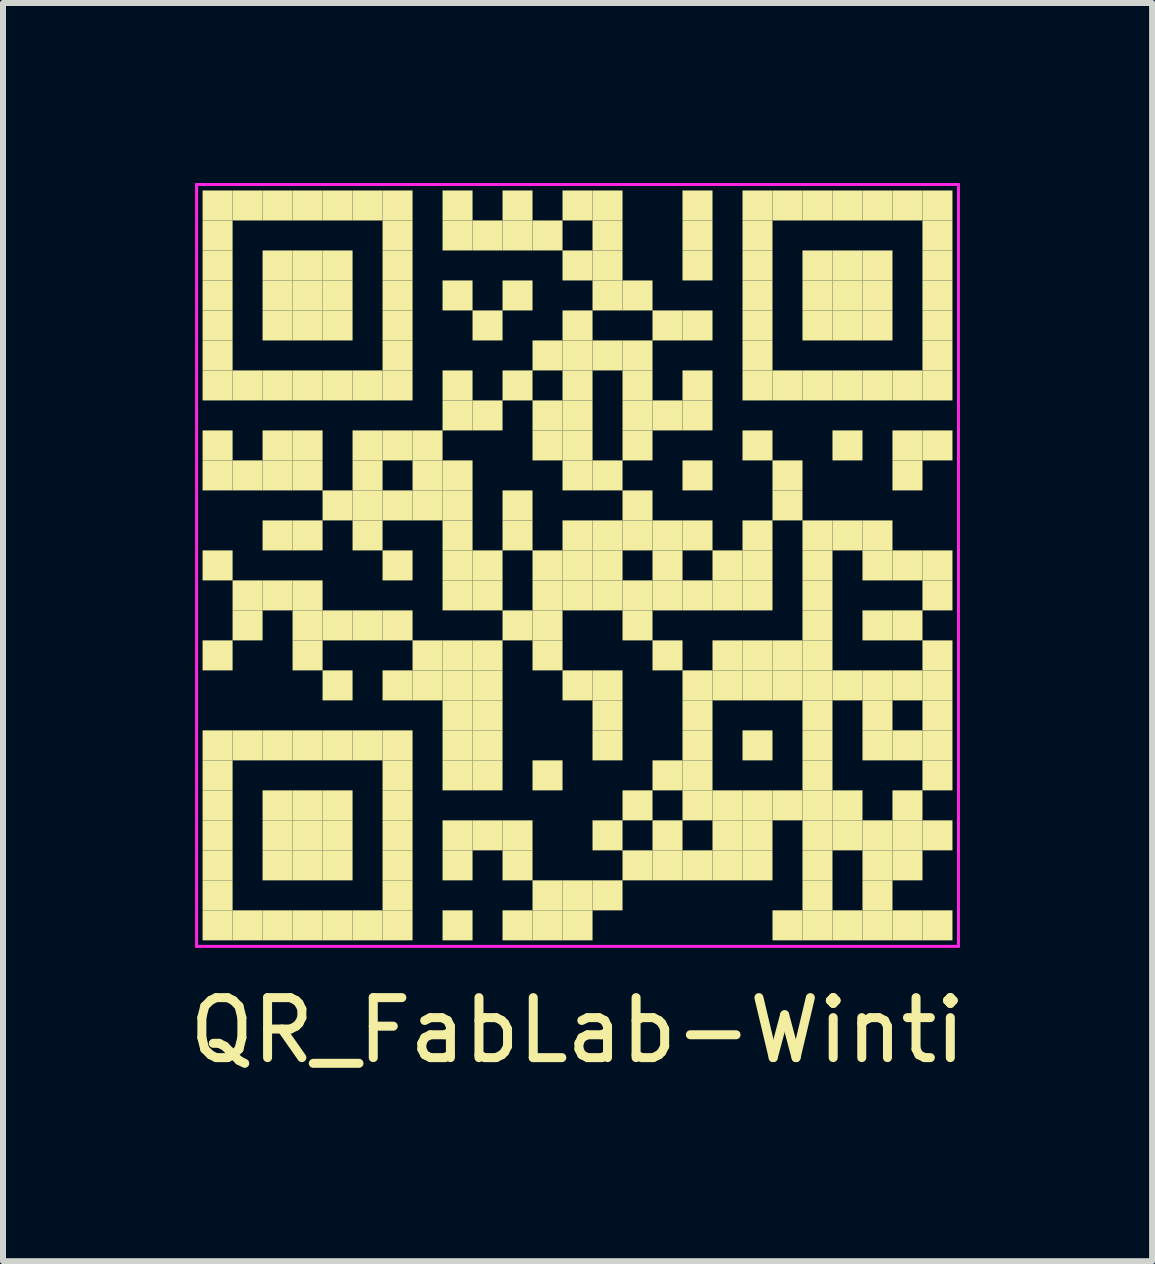
<source format=kicad_pcb>
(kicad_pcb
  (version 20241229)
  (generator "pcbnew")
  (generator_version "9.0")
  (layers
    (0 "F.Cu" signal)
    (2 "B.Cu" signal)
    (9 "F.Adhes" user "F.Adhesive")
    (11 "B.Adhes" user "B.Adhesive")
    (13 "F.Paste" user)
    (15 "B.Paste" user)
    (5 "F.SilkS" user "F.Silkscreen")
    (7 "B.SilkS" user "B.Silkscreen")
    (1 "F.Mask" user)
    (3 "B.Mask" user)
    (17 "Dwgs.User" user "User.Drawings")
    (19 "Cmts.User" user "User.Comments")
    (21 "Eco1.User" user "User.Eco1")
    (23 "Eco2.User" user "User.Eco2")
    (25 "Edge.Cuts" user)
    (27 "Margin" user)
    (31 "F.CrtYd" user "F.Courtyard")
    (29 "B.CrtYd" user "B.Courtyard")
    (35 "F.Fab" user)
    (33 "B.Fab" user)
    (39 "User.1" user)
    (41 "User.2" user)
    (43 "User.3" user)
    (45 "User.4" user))
  (footprint "QR_FabLab-Winti"
    (layer "F.Cu")
    (at 6.577 6.375)
    (property "Reference" "QR_FabLab-Winti" (at 0 7.75 0) (layer "F.SilkS") (effects (font (size 1 1) (thickness 0.15))))
    (attr exclude_from_bom)
    (fp_rect (start -6.25 -6.25) (end -5.75 -5.75) (stroke (width 0) (type default)) (fill yes) (layer "F.SilkS"))
    (fp_rect (start -6.25 -5.75) (end -5.75 -5.25) (stroke (width 0) (type default)) (fill yes) (layer "F.SilkS"))
    (fp_rect (start -6.25 -5.25) (end -5.75 -4.75) (stroke (width 0) (type default)) (fill yes) (layer "F.SilkS"))
    (fp_rect (start -6.25 -4.75) (end -5.75 -4.25) (stroke (width 0) (type default)) (fill yes) (layer "F.SilkS"))
    (fp_rect (start -6.25 -4.25) (end -5.75 -3.75) (stroke (width 0) (type default)) (fill yes) (layer "F.SilkS"))
    (fp_rect (start -6.25 -3.75) (end -5.75 -3.25) (stroke (width 0) (type default)) (fill yes) (layer "F.SilkS"))
    (fp_rect (start -6.25 -3.25) (end -5.75 -2.75) (stroke (width 0) (type default)) (fill yes) (layer "F.SilkS"))
    (fp_rect (start -6.25 -2.25) (end -5.75 -1.75) (stroke (width 0) (type default)) (fill yes) (layer "F.SilkS"))
    (fp_rect (start -6.25 -1.75) (end -5.75 -1.25) (stroke (width 0) (type default)) (fill yes) (layer "F.SilkS"))
    (fp_rect (start -6.25 -0.25) (end -5.75 0.25) (stroke (width 0) (type default)) (fill yes) (layer "F.SilkS"))
    (fp_rect (start -6.25 1.25) (end -5.75 1.75) (stroke (width 0) (type default)) (fill yes) (layer "F.SilkS"))
    (fp_rect (start -6.25 2.75) (end -5.75 3.25) (stroke (width 0) (type default)) (fill yes) (layer "F.SilkS"))
    (fp_rect (start -6.25 3.25) (end -5.75 3.75) (stroke (width 0) (type default)) (fill yes) (layer "F.SilkS"))
    (fp_rect (start -6.25 3.75) (end -5.75 4.25) (stroke (width 0) (type default)) (fill yes) (layer "F.SilkS"))
    (fp_rect (start -6.25 4.25) (end -5.75 4.75) (stroke (width 0) (type default)) (fill yes) (layer "F.SilkS"))
    (fp_rect (start -6.25 4.75) (end -5.75 5.25) (stroke (width 0) (type default)) (fill yes) (layer "F.SilkS"))
    (fp_rect (start -6.25 5.25) (end -5.75 5.75) (stroke (width 0) (type default)) (fill yes) (layer "F.SilkS"))
    (fp_rect (start -6.25 5.75) (end -5.75 6.25) (stroke (width 0) (type default)) (fill yes) (layer "F.SilkS"))
    (fp_rect (start -5.75 -6.25) (end -5.25 -5.75) (stroke (width 0) (type default)) (fill yes) (layer "F.SilkS"))
    (fp_rect (start -5.75 -3.25) (end -5.25 -2.75) (stroke (width 0) (type default)) (fill yes) (layer "F.SilkS"))
    (fp_rect (start -5.75 -1.75) (end -5.25 -1.25) (stroke (width 0) (type default)) (fill yes) (layer "F.SilkS"))
    (fp_rect (start -5.75 0.25) (end -5.25 0.75) (stroke (width 0) (type default)) (fill yes) (layer "F.SilkS"))
    (fp_rect (start -5.75 0.75) (end -5.25 1.25) (stroke (width 0) (type default)) (fill yes) (layer "F.SilkS"))
    (fp_rect (start -5.75 2.75) (end -5.25 3.25) (stroke (width 0) (type default)) (fill yes) (layer "F.SilkS"))
    (fp_rect (start -5.75 5.75) (end -5.25 6.25) (stroke (width 0) (type default)) (fill yes) (layer "F.SilkS"))
    (fp_rect (start -5.25 -6.25) (end -4.75 -5.75) (stroke (width 0) (type default)) (fill yes) (layer "F.SilkS"))
    (fp_rect (start -5.25 -5.25) (end -4.75 -4.75) (stroke (width 0) (type default)) (fill yes) (layer "F.SilkS"))
    (fp_rect (start -5.25 -4.75) (end -4.75 -4.25) (stroke (width 0) (type default)) (fill yes) (layer "F.SilkS"))
    (fp_rect (start -5.25 -4.25) (end -4.75 -3.75) (stroke (width 0) (type default)) (fill yes) (layer "F.SilkS"))
    (fp_rect (start -5.25 -3.25) (end -4.75 -2.75) (stroke (width 0) (type default)) (fill yes) (layer "F.SilkS"))
    (fp_rect (start -5.25 -2.25) (end -4.75 -1.75) (stroke (width 0) (type default)) (fill yes) (layer "F.SilkS"))
    (fp_rect (start -5.25 -1.75) (end -4.75 -1.25) (stroke (width 0) (type default)) (fill yes) (layer "F.SilkS"))
    (fp_rect (start -5.25 -0.75) (end -4.75 -0.25) (stroke (width 0) (type default)) (fill yes) (layer "F.SilkS"))
    (fp_rect (start -5.25 0.25) (end -4.75 0.75) (stroke (width 0) (type default)) (fill yes) (layer "F.SilkS"))
    (fp_rect (start -5.25 2.75) (end -4.75 3.25) (stroke (width 0) (type default)) (fill yes) (layer "F.SilkS"))
    (fp_rect (start -5.25 3.75) (end -4.75 4.25) (stroke (width 0) (type default)) (fill yes) (layer "F.SilkS"))
    (fp_rect (start -5.25 4.25) (end -4.75 4.75) (stroke (width 0) (type default)) (fill yes) (layer "F.SilkS"))
    (fp_rect (start -5.25 4.75) (end -4.75 5.25) (stroke (width 0) (type default)) (fill yes) (layer "F.SilkS"))
    (fp_rect (start -5.25 5.75) (end -4.75 6.25) (stroke (width 0) (type default)) (fill yes) (layer "F.SilkS"))
    (fp_rect (start -4.75 -6.25) (end -4.25 -5.75) (stroke (width 0) (type default)) (fill yes) (layer "F.SilkS"))
    (fp_rect (start -4.75 -5.25) (end -4.25 -4.75) (stroke (width 0) (type default)) (fill yes) (layer "F.SilkS"))
    (fp_rect (start -4.75 -4.75) (end -4.25 -4.25) (stroke (width 0) (type default)) (fill yes) (layer "F.SilkS"))
    (fp_rect (start -4.75 -4.25) (end -4.25 -3.75) (stroke (width 0) (type default)) (fill yes) (layer "F.SilkS"))
    (fp_rect (start -4.75 -3.25) (end -4.25 -2.75) (stroke (width 0) (type default)) (fill yes) (layer "F.SilkS"))
    (fp_rect (start -4.75 -2.25) (end -4.25 -1.75) (stroke (width 0) (type default)) (fill yes) (layer "F.SilkS"))
    (fp_rect (start -4.75 -1.75) (end -4.25 -1.25) (stroke (width 0) (type default)) (fill yes) (layer "F.SilkS"))
    (fp_rect (start -4.75 -0.75) (end -4.25 -0.25) (stroke (width 0) (type default)) (fill yes) (layer "F.SilkS"))
    (fp_rect (start -4.75 0.25) (end -4.25 0.75) (stroke (width 0) (type default)) (fill yes) (layer "F.SilkS"))
    (fp_rect (start -4.75 0.75) (end -4.25 1.25) (stroke (width 0) (type default)) (fill yes) (layer "F.SilkS"))
    (fp_rect (start -4.75 1.25) (end -4.25 1.75) (stroke (width 0) (type default)) (fill yes) (layer "F.SilkS"))
    (fp_rect (start -4.75 2.75) (end -4.25 3.25) (stroke (width 0) (type default)) (fill yes) (layer "F.SilkS"))
    (fp_rect (start -4.75 3.75) (end -4.25 4.25) (stroke (width 0) (type default)) (fill yes) (layer "F.SilkS"))
    (fp_rect (start -4.75 4.25) (end -4.25 4.75) (stroke (width 0) (type default)) (fill yes) (layer "F.SilkS"))
    (fp_rect (start -4.75 4.75) (end -4.25 5.25) (stroke (width 0) (type default)) (fill yes) (layer "F.SilkS"))
    (fp_rect (start -4.75 5.75) (end -4.25 6.25) (stroke (width 0) (type default)) (fill yes) (layer "F.SilkS"))
    (fp_rect (start -4.25 -6.25) (end -3.75 -5.75) (stroke (width 0) (type default)) (fill yes) (layer "F.SilkS"))
    (fp_rect (start -4.25 -5.25) (end -3.75 -4.75) (stroke (width 0) (type default)) (fill yes) (layer "F.SilkS"))
    (fp_rect (start -4.25 -4.75) (end -3.75 -4.25) (stroke (width 0) (type default)) (fill yes) (layer "F.SilkS"))
    (fp_rect (start -4.25 -4.25) (end -3.75 -3.75) (stroke (width 0) (type default)) (fill yes) (layer "F.SilkS"))
    (fp_rect (start -4.25 -3.25) (end -3.75 -2.75) (stroke (width 0) (type default)) (fill yes) (layer "F.SilkS"))
    (fp_rect (start -4.25 -1.25) (end -3.75 -0.75) (stroke (width 0) (type default)) (fill yes) (layer "F.SilkS"))
    (fp_rect (start -4.25 0.75) (end -3.75 1.25) (stroke (width 0) (type default)) (fill yes) (layer "F.SilkS"))
    (fp_rect (start -4.25 1.75) (end -3.75 2.25) (stroke (width 0) (type default)) (fill yes) (layer "F.SilkS"))
    (fp_rect (start -4.25 2.75) (end -3.75 3.25) (stroke (width 0) (type default)) (fill yes) (layer "F.SilkS"))
    (fp_rect (start -4.25 3.75) (end -3.75 4.25) (stroke (width 0) (type default)) (fill yes) (layer "F.SilkS"))
    (fp_rect (start -4.25 4.25) (end -3.75 4.75) (stroke (width 0) (type default)) (fill yes) (layer "F.SilkS"))
    (fp_rect (start -4.25 4.75) (end -3.75 5.25) (stroke (width 0) (type default)) (fill yes) (layer "F.SilkS"))
    (fp_rect (start -4.25 5.75) (end -3.75 6.25) (stroke (width 0) (type default)) (fill yes) (layer "F.SilkS"))
    (fp_rect (start -3.75 -6.25) (end -3.25 -5.75) (stroke (width 0) (type default)) (fill yes) (layer "F.SilkS"))
    (fp_rect (start -3.75 -3.25) (end -3.25 -2.75) (stroke (width 0) (type default)) (fill yes) (layer "F.SilkS"))
    (fp_rect (start -3.75 -2.25) (end -3.25 -1.75) (stroke (width 0) (type default)) (fill yes) (layer "F.SilkS"))
    (fp_rect (start -3.75 -1.75) (end -3.25 -1.25) (stroke (width 0) (type default)) (fill yes) (layer "F.SilkS"))
    (fp_rect (start -3.75 -1.25) (end -3.25 -0.75) (stroke (width 0) (type default)) (fill yes) (layer "F.SilkS"))
    (fp_rect (start -3.75 -0.75) (end -3.25 -0.25) (stroke (width 0) (type default)) (fill yes) (layer "F.SilkS"))
    (fp_rect (start -3.75 0.75) (end -3.25 1.25) (stroke (width 0) (type default)) (fill yes) (layer "F.SilkS"))
    (fp_rect (start -3.75 2.75) (end -3.25 3.25) (stroke (width 0) (type default)) (fill yes) (layer "F.SilkS"))
    (fp_rect (start -3.75 5.75) (end -3.25 6.25) (stroke (width 0) (type default)) (fill yes) (layer "F.SilkS"))
    (fp_rect (start -3.25 -6.25) (end -2.75 -5.75) (stroke (width 0) (type default)) (fill yes) (layer "F.SilkS"))
    (fp_rect (start -3.25 -5.75) (end -2.75 -5.25) (stroke (width 0) (type default)) (fill yes) (layer "F.SilkS"))
    (fp_rect (start -3.25 -5.25) (end -2.75 -4.75) (stroke (width 0) (type default)) (fill yes) (layer "F.SilkS"))
    (fp_rect (start -3.25 -4.75) (end -2.75 -4.25) (stroke (width 0) (type default)) (fill yes) (layer "F.SilkS"))
    (fp_rect (start -3.25 -4.25) (end -2.75 -3.75) (stroke (width 0) (type default)) (fill yes) (layer "F.SilkS"))
    (fp_rect (start -3.25 -3.75) (end -2.75 -3.25) (stroke (width 0) (type default)) (fill yes) (layer "F.SilkS"))
    (fp_rect (start -3.25 -3.25) (end -2.75 -2.75) (stroke (width 0) (type default)) (fill yes) (layer "F.SilkS"))
    (fp_rect (start -3.25 -2.25) (end -2.75 -1.75) (stroke (width 0) (type default)) (fill yes) (layer "F.SilkS"))
    (fp_rect (start -3.25 -1.25) (end -2.75 -0.75) (stroke (width 0) (type default)) (fill yes) (layer "F.SilkS"))
    (fp_rect (start -3.25 -0.25) (end -2.75 0.25) (stroke (width 0) (type default)) (fill yes) (layer "F.SilkS"))
    (fp_rect (start -3.25 0.75) (end -2.75 1.25) (stroke (width 0) (type default)) (fill yes) (layer "F.SilkS"))
    (fp_rect (start -3.25 1.75) (end -2.75 2.25) (stroke (width 0) (type default)) (fill yes) (layer "F.SilkS"))
    (fp_rect (start -3.25 2.75) (end -2.75 3.25) (stroke (width 0) (type default)) (fill yes) (layer "F.SilkS"))
    (fp_rect (start -3.25 3.25) (end -2.75 3.75) (stroke (width 0) (type default)) (fill yes) (layer "F.SilkS"))
    (fp_rect (start -3.25 3.75) (end -2.75 4.25) (stroke (width 0) (type default)) (fill yes) (layer "F.SilkS"))
    (fp_rect (start -3.25 4.25) (end -2.75 4.75) (stroke (width 0) (type default)) (fill yes) (layer "F.SilkS"))
    (fp_rect (start -3.25 4.75) (end -2.75 5.25) (stroke (width 0) (type default)) (fill yes) (layer "F.SilkS"))
    (fp_rect (start -3.25 5.25) (end -2.75 5.75) (stroke (width 0) (type default)) (fill yes) (layer "F.SilkS"))
    (fp_rect (start -3.25 5.75) (end -2.75 6.25) (stroke (width 0) (type default)) (fill yes) (layer "F.SilkS"))
    (fp_rect (start -2.75 -2.25) (end -2.25 -1.75) (stroke (width 0) (type default)) (fill yes) (layer "F.SilkS"))
    (fp_rect (start -2.75 -1.75) (end -2.25 -1.25) (stroke (width 0) (type default)) (fill yes) (layer "F.SilkS"))
    (fp_rect (start -2.75 -1.25) (end -2.25 -0.75) (stroke (width 0) (type default)) (fill yes) (layer "F.SilkS"))
    (fp_rect (start -2.75 1.25) (end -2.25 1.75) (stroke (width 0) (type default)) (fill yes) (layer "F.SilkS"))
    (fp_rect (start -2.75 1.75) (end -2.25 2.25) (stroke (width 0) (type default)) (fill yes) (layer "F.SilkS"))
    (fp_rect (start -2.25 -6.25) (end -1.75 -5.75) (stroke (width 0) (type default)) (fill yes) (layer "F.SilkS"))
    (fp_rect (start -2.25 -5.75) (end -1.75 -5.25) (stroke (width 0) (type default)) (fill yes) (layer "F.SilkS"))
    (fp_rect (start -2.25 -4.75) (end -1.75 -4.25) (stroke (width 0) (type default)) (fill yes) (layer "F.SilkS"))
    (fp_rect (start -2.25 -3.25) (end -1.75 -2.75) (stroke (width 0) (type default)) (fill yes) (layer "F.SilkS"))
    (fp_rect (start -2.25 -2.75) (end -1.75 -2.25) (stroke (width 0) (type default)) (fill yes) (layer "F.SilkS"))
    (fp_rect (start -2.25 -1.75) (end -1.75 -1.25) (stroke (width 0) (type default)) (fill yes) (layer "F.SilkS"))
    (fp_rect (start -2.25 -1.25) (end -1.75 -0.75) (stroke (width 0) (type default)) (fill yes) (layer "F.SilkS"))
    (fp_rect (start -2.25 -0.75) (end -1.75 -0.25) (stroke (width 0) (type default)) (fill yes) (layer "F.SilkS"))
    (fp_rect (start -2.25 -0.25) (end -1.75 0.25) (stroke (width 0) (type default)) (fill yes) (layer "F.SilkS"))
    (fp_rect (start -2.25 0.25) (end -1.75 0.75) (stroke (width 0) (type default)) (fill yes) (layer "F.SilkS"))
    (fp_rect (start -2.25 1.25) (end -1.75 1.75) (stroke (width 0) (type default)) (fill yes) (layer "F.SilkS"))
    (fp_rect (start -2.25 1.75) (end -1.75 2.25) (stroke (width 0) (type default)) (fill yes) (layer "F.SilkS"))
    (fp_rect (start -2.25 2.25) (end -1.75 2.75) (stroke (width 0) (type default)) (fill yes) (layer "F.SilkS"))
    (fp_rect (start -2.25 2.75) (end -1.75 3.25) (stroke (width 0) (type default)) (fill yes) (layer "F.SilkS"))
    (fp_rect (start -2.25 3.25) (end -1.75 3.75) (stroke (width 0) (type default)) (fill yes) (layer "F.SilkS"))
    (fp_rect (start -2.25 4.25) (end -1.75 4.75) (stroke (width 0) (type default)) (fill yes) (layer "F.SilkS"))
    (fp_rect (start -2.25 4.75) (end -1.75 5.25) (stroke (width 0) (type default)) (fill yes) (layer "F.SilkS"))
    (fp_rect (start -2.25 5.75) (end -1.75 6.25) (stroke (width 0) (type default)) (fill yes) (layer "F.SilkS"))
    (fp_rect (start -1.75 -5.75) (end -1.25 -5.25) (stroke (width 0) (type default)) (fill yes) (layer "F.SilkS"))
    (fp_rect (start -1.75 -4.25) (end -1.25 -3.75) (stroke (width 0) (type default)) (fill yes) (layer "F.SilkS"))
    (fp_rect (start -1.75 -2.75) (end -1.25 -2.25) (stroke (width 0) (type default)) (fill yes) (layer "F.SilkS"))
    (fp_rect (start -1.75 -0.25) (end -1.25 0.25) (stroke (width 0) (type default)) (fill yes) (layer "F.SilkS"))
    (fp_rect (start -1.75 0.25) (end -1.25 0.75) (stroke (width 0) (type default)) (fill yes) (layer "F.SilkS"))
    (fp_rect (start -1.75 1.25) (end -1.25 1.75) (stroke (width 0) (type default)) (fill yes) (layer "F.SilkS"))
    (fp_rect (start -1.75 1.75) (end -1.25 2.25) (stroke (width 0) (type default)) (fill yes) (layer "F.SilkS"))
    (fp_rect (start -1.75 2.25) (end -1.25 2.75) (stroke (width 0) (type default)) (fill yes) (layer "F.SilkS"))
    (fp_rect (start -1.75 2.75) (end -1.25 3.25) (stroke (width 0) (type default)) (fill yes) (layer "F.SilkS"))
    (fp_rect (start -1.75 3.25) (end -1.25 3.75) (stroke (width 0) (type default)) (fill yes) (layer "F.SilkS"))
    (fp_rect (start -1.75 4.25) (end -1.25 4.75) (stroke (width 0) (type default)) (fill yes) (layer "F.SilkS"))
    (fp_rect (start -1.25 -6.25) (end -0.75 -5.75) (stroke (width 0) (type default)) (fill yes) (layer "F.SilkS"))
    (fp_rect (start -1.25 -5.75) (end -0.75 -5.25) (stroke (width 0) (type default)) (fill yes) (layer "F.SilkS"))
    (fp_rect (start -1.25 -4.75) (end -0.75 -4.25) (stroke (width 0) (type default)) (fill yes) (layer "F.SilkS"))
    (fp_rect (start -1.25 -3.25) (end -0.75 -2.75) (stroke (width 0) (type default)) (fill yes) (layer "F.SilkS"))
    (fp_rect (start -1.25 -1.25) (end -0.75 -0.75) (stroke (width 0) (type default)) (fill yes) (layer "F.SilkS"))
    (fp_rect (start -1.25 -0.75) (end -0.75 -0.25) (stroke (width 0) (type default)) (fill yes) (layer "F.SilkS"))
    (fp_rect (start -1.25 0.75) (end -0.75 1.25) (stroke (width 0) (type default)) (fill yes) (layer "F.SilkS"))
    (fp_rect (start -1.25 4.25) (end -0.75 4.75) (stroke (width 0) (type default)) (fill yes) (layer "F.SilkS"))
    (fp_rect (start -1.25 4.75) (end -0.75 5.25) (stroke (width 0) (type default)) (fill yes) (layer "F.SilkS"))
    (fp_rect (start -1.25 5.75) (end -0.75 6.25) (stroke (width 0) (type default)) (fill yes) (layer "F.SilkS"))
    (fp_rect (start -0.75 -5.75) (end -0.25 -5.25) (stroke (width 0) (type default)) (fill yes) (layer "F.SilkS"))
    (fp_rect (start -0.75 -3.75) (end -0.25 -3.25) (stroke (width 0) (type default)) (fill yes) (layer "F.SilkS"))
    (fp_rect (start -0.75 -2.75) (end -0.25 -2.25) (stroke (width 0) (type default)) (fill yes) (layer "F.SilkS"))
    (fp_rect (start -0.75 -2.25) (end -0.25 -1.75) (stroke (width 0) (type default)) (fill yes) (layer "F.SilkS"))
    (fp_rect (start -0.75 -0.25) (end -0.25 0.25) (stroke (width 0) (type default)) (fill yes) (layer "F.SilkS"))
    (fp_rect (start -0.75 0.25) (end -0.25 0.75) (stroke (width 0) (type default)) (fill yes) (layer "F.SilkS"))
    (fp_rect (start -0.75 0.75) (end -0.25 1.25) (stroke (width 0) (type default)) (fill yes) (layer "F.SilkS"))
    (fp_rect (start -0.75 1.25) (end -0.25 1.75) (stroke (width 0) (type default)) (fill yes) (layer "F.SilkS"))
    (fp_rect (start -0.75 3.25) (end -0.25 3.75) (stroke (width 0) (type default)) (fill yes) (layer "F.SilkS"))
    (fp_rect (start -0.75 5.25) (end -0.25 5.75) (stroke (width 0) (type default)) (fill yes) (layer "F.SilkS"))
    (fp_rect (start -0.75 5.75) (end -0.25 6.25) (stroke (width 0) (type default)) (fill yes) (layer "F.SilkS"))
    (fp_rect (start -0.25 -6.25) (end 0.25 -5.75) (stroke (width 0) (type default)) (fill yes) (layer "F.SilkS"))
    (fp_rect (start -0.25 -5.25) (end 0.25 -4.75) (stroke (width 0) (type default)) (fill yes) (layer "F.SilkS"))
    (fp_rect (start -0.25 -4.25) (end 0.25 -3.75) (stroke (width 0) (type default)) (fill yes) (layer "F.SilkS"))
    (fp_rect (start -0.25 -3.75) (end 0.25 -3.25) (stroke (width 0) (type default)) (fill yes) (layer "F.SilkS"))
    (fp_rect (start -0.25 -3.25) (end 0.25 -2.75) (stroke (width 0) (type default)) (fill yes) (layer "F.SilkS"))
    (fp_rect (start -0.25 -2.75) (end 0.25 -2.25) (stroke (width 0) (type default)) (fill yes) (layer "F.SilkS"))
    (fp_rect (start -0.25 -2.25) (end 0.25 -1.75) (stroke (width 0) (type default)) (fill yes) (layer "F.SilkS"))
    (fp_rect (start -0.25 -1.75) (end 0.25 -1.25) (stroke (width 0) (type default)) (fill yes) (layer "F.SilkS"))
    (fp_rect (start -0.25 -0.75) (end 0.25 -0.25) (stroke (width 0) (type default)) (fill yes) (layer "F.SilkS"))
    (fp_rect (start -0.25 -0.25) (end 0.25 0.25) (stroke (width 0) (type default)) (fill yes) (layer "F.SilkS"))
    (fp_rect (start -0.25 0.25) (end 0.25 0.75) (stroke (width 0) (type default)) (fill yes) (layer "F.SilkS"))
    (fp_rect (start -0.25 1.75) (end 0.25 2.25) (stroke (width 0) (type default)) (fill yes) (layer "F.SilkS"))
    (fp_rect (start -0.25 5.25) (end 0.25 5.75) (stroke (width 0) (type default)) (fill yes) (layer "F.SilkS"))
    (fp_rect (start -0.25 5.75) (end 0.25 6.25) (stroke (width 0) (type default)) (fill yes) (layer "F.SilkS"))
    (fp_rect (start 0.25 -6.25) (end 0.75 -5.75) (stroke (width 0) (type default)) (fill yes) (layer "F.SilkS"))
    (fp_rect (start 0.25 -5.75) (end 0.75 -5.25) (stroke (width 0) (type default)) (fill yes) (layer "F.SilkS"))
    (fp_rect (start 0.25 -5.25) (end 0.75 -4.75) (stroke (width 0) (type default)) (fill yes) (layer "F.SilkS"))
    (fp_rect (start 0.25 -4.75) (end 0.75 -4.25) (stroke (width 0) (type default)) (fill yes) (layer "F.SilkS"))
    (fp_rect (start 0.25 -3.75) (end 0.75 -3.25) (stroke (width 0) (type default)) (fill yes) (layer "F.SilkS"))
    (fp_rect (start 0.25 -1.75) (end 0.75 -1.25) (stroke (width 0) (type default)) (fill yes) (layer "F.SilkS"))
    (fp_rect (start 0.25 -0.75) (end 0.75 -0.25) (stroke (width 0) (type default)) (fill yes) (layer "F.SilkS"))
    (fp_rect (start 0.25 -0.25) (end 0.75 0.25) (stroke (width 0) (type default)) (fill yes) (layer "F.SilkS"))
    (fp_rect (start 0.25 0.25) (end 0.75 0.75) (stroke (width 0) (type default)) (fill yes) (layer "F.SilkS"))
    (fp_rect (start 0.25 1.75) (end 0.75 2.25) (stroke (width 0) (type default)) (fill yes) (layer "F.SilkS"))
    (fp_rect (start 0.25 2.25) (end 0.75 2.75) (stroke (width 0) (type default)) (fill yes) (layer "F.SilkS"))
    (fp_rect (start 0.25 2.75) (end 0.75 3.25) (stroke (width 0) (type default)) (fill yes) (layer "F.SilkS"))
    (fp_rect (start 0.25 4.25) (end 0.75 4.75) (stroke (width 0) (type default)) (fill yes) (layer "F.SilkS"))
    (fp_rect (start 0.25 5.25) (end 0.75 5.75) (stroke (width 0) (type default)) (fill yes) (layer "F.SilkS"))
    (fp_rect (start 0.75 -4.75) (end 1.25 -4.25) (stroke (width 0) (type default)) (fill yes) (layer "F.SilkS"))
    (fp_rect (start 0.75 -3.75) (end 1.25 -3.25) (stroke (width 0) (type default)) (fill yes) (layer "F.SilkS"))
    (fp_rect (start 0.75 -3.25) (end 1.25 -2.75) (stroke (width 0) (type default)) (fill yes) (layer "F.SilkS"))
    (fp_rect (start 0.75 -2.75) (end 1.25 -2.25) (stroke (width 0) (type default)) (fill yes) (layer "F.SilkS"))
    (fp_rect (start 0.75 -2.25) (end 1.25 -1.75) (stroke (width 0) (type default)) (fill yes) (layer "F.SilkS"))
    (fp_rect (start 0.75 -1.25) (end 1.25 -0.75) (stroke (width 0) (type default)) (fill yes) (layer "F.SilkS"))
    (fp_rect (start 0.75 -0.75) (end 1.25 -0.25) (stroke (width 0) (type default)) (fill yes) (layer "F.SilkS"))
    (fp_rect (start 0.75 0.25) (end 1.25 0.75) (stroke (width 0) (type default)) (fill yes) (layer "F.SilkS"))
    (fp_rect (start 0.75 0.75) (end 1.25 1.25) (stroke (width 0) (type default)) (fill yes) (layer "F.SilkS"))
    (fp_rect (start 0.75 3.75) (end 1.25 4.25) (stroke (width 0) (type default)) (fill yes) (layer "F.SilkS"))
    (fp_rect (start 0.75 4.75) (end 1.25 5.25) (stroke (width 0) (type default)) (fill yes) (layer "F.SilkS"))
    (fp_rect (start 1.25 -4.25) (end 1.75 -3.75) (stroke (width 0) (type default)) (fill yes) (layer "F.SilkS"))
    (fp_rect (start 1.25 -2.75) (end 1.75 -2.25) (stroke (width 0) (type default)) (fill yes) (layer "F.SilkS"))
    (fp_rect (start 1.25 -0.75) (end 1.75 -0.25) (stroke (width 0) (type default)) (fill yes) (layer "F.SilkS"))
    (fp_rect (start 1.25 -0.25) (end 1.75 0.25) (stroke (width 0) (type default)) (fill yes) (layer "F.SilkS"))
    (fp_rect (start 1.25 0.25) (end 1.75 0.75) (stroke (width 0) (type default)) (fill yes) (layer "F.SilkS"))
    (fp_rect (start 1.25 1.25) (end 1.75 1.75) (stroke (width 0) (type default)) (fill yes) (layer "F.SilkS"))
    (fp_rect (start 1.25 3.25) (end 1.75 3.75) (stroke (width 0) (type default)) (fill yes) (layer "F.SilkS"))
    (fp_rect (start 1.25 4.25) (end 1.75 4.75) (stroke (width 0) (type default)) (fill yes) (layer "F.SilkS"))
    (fp_rect (start 1.25 4.75) (end 1.75 5.25) (stroke (width 0) (type default)) (fill yes) (layer "F.SilkS"))
    (fp_rect (start 1.75 -6.25) (end 2.25 -5.75) (stroke (width 0) (type default)) (fill yes) (layer "F.SilkS"))
    (fp_rect (start 1.75 -5.75) (end 2.25 -5.25) (stroke (width 0) (type default)) (fill yes) (layer "F.SilkS"))
    (fp_rect (start 1.75 -5.25) (end 2.25 -4.75) (stroke (width 0) (type default)) (fill yes) (layer "F.SilkS"))
    (fp_rect (start 1.75 -4.25) (end 2.25 -3.75) (stroke (width 0) (type default)) (fill yes) (layer "F.SilkS"))
    (fp_rect (start 1.75 -3.25) (end 2.25 -2.75) (stroke (width 0) (type default)) (fill yes) (layer "F.SilkS"))
    (fp_rect (start 1.75 -2.75) (end 2.25 -2.25) (stroke (width 0) (type default)) (fill yes) (layer "F.SilkS"))
    (fp_rect (start 1.75 -1.75) (end 2.25 -1.25) (stroke (width 0) (type default)) (fill yes) (layer "F.SilkS"))
    (fp_rect (start 1.75 -0.75) (end 2.25 -0.25) (stroke (width 0) (type default)) (fill yes) (layer "F.SilkS"))
    (fp_rect (start 1.75 0.25) (end 2.25 0.75) (stroke (width 0) (type default)) (fill yes) (layer "F.SilkS"))
    (fp_rect (start 1.75 1.75) (end 2.25 2.25) (stroke (width 0) (type default)) (fill yes) (layer "F.SilkS"))
    (fp_rect (start 1.75 2.25) (end 2.25 2.75) (stroke (width 0) (type default)) (fill yes) (layer "F.SilkS"))
    (fp_rect (start 1.75 2.75) (end 2.25 3.25) (stroke (width 0) (type default)) (fill yes) (layer "F.SilkS"))
    (fp_rect (start 1.75 3.25) (end 2.25 3.75) (stroke (width 0) (type default)) (fill yes) (layer "F.SilkS"))
    (fp_rect (start 1.75 3.75) (end 2.25 4.25) (stroke (width 0) (type default)) (fill yes) (layer "F.SilkS"))
    (fp_rect (start 1.75 4.75) (end 2.25 5.25) (stroke (width 0) (type default)) (fill yes) (layer "F.SilkS"))
    (fp_rect (start 2.25 -0.25) (end 2.75 0.25) (stroke (width 0) (type default)) (fill yes) (layer "F.SilkS"))
    (fp_rect (start 2.25 0.25) (end 2.75 0.75) (stroke (width 0) (type default)) (fill yes) (layer "F.SilkS"))
    (fp_rect (start 2.25 1.25) (end 2.75 1.75) (stroke (width 0) (type default)) (fill yes) (layer "F.SilkS"))
    (fp_rect (start 2.25 1.75) (end 2.75 2.25) (stroke (width 0) (type default)) (fill yes) (layer "F.SilkS"))
    (fp_rect (start 2.25 3.75) (end 2.75 4.25) (stroke (width 0) (type default)) (fill yes) (layer "F.SilkS"))
    (fp_rect (start 2.25 4.25) (end 2.75 4.75) (stroke (width 0) (type default)) (fill yes) (layer "F.SilkS"))
    (fp_rect (start 2.25 4.75) (end 2.75 5.25) (stroke (width 0) (type default)) (fill yes) (layer "F.SilkS"))
    (fp_rect (start 2.75 -6.25) (end 3.25 -5.75) (stroke (width 0) (type default)) (fill yes) (layer "F.SilkS"))
    (fp_rect (start 2.75 -5.75) (end 3.25 -5.25) (stroke (width 0) (type default)) (fill yes) (layer "F.SilkS"))
    (fp_rect (start 2.75 -5.25) (end 3.25 -4.75) (stroke (width 0) (type default)) (fill yes) (layer "F.SilkS"))
    (fp_rect (start 2.75 -4.75) (end 3.25 -4.25) (stroke (width 0) (type default)) (fill yes) (layer "F.SilkS"))
    (fp_rect (start 2.75 -4.25) (end 3.25 -3.75) (stroke (width 0) (type default)) (fill yes) (layer "F.SilkS"))
    (fp_rect (start 2.75 -3.75) (end 3.25 -3.25) (stroke (width 0) (type default)) (fill yes) (layer "F.SilkS"))
    (fp_rect (start 2.75 -3.25) (end 3.25 -2.75) (stroke (width 0) (type default)) (fill yes) (layer "F.SilkS"))
    (fp_rect (start 2.75 -2.25) (end 3.25 -1.75) (stroke (width 0) (type default)) (fill yes) (layer "F.SilkS"))
    (fp_rect (start 2.75 -0.75) (end 3.25 -0.25) (stroke (width 0) (type default)) (fill yes) (layer "F.SilkS"))
    (fp_rect (start 2.75 -0.25) (end 3.25 0.25) (stroke (width 0) (type default)) (fill yes) (layer "F.SilkS"))
    (fp_rect (start 2.75 0.25) (end 3.25 0.75) (stroke (width 0) (type default)) (fill yes) (layer "F.SilkS"))
    (fp_rect (start 2.75 1.25) (end 3.25 1.75) (stroke (width 0) (type default)) (fill yes) (layer "F.SilkS"))
    (fp_rect (start 2.75 1.75) (end 3.25 2.25) (stroke (width 0) (type default)) (fill yes) (layer "F.SilkS"))
    (fp_rect (start 2.75 2.75) (end 3.25 3.25) (stroke (width 0) (type default)) (fill yes) (layer "F.SilkS"))
    (fp_rect (start 2.75 3.75) (end 3.25 4.25) (stroke (width 0) (type default)) (fill yes) (layer "F.SilkS"))
    (fp_rect (start 2.75 4.25) (end 3.25 4.75) (stroke (width 0) (type default)) (fill yes) (layer "F.SilkS"))
    (fp_rect (start 2.75 4.75) (end 3.25 5.25) (stroke (width 0) (type default)) (fill yes) (layer "F.SilkS"))
    (fp_rect (start 3.25 -6.25) (end 3.75 -5.75) (stroke (width 0) (type default)) (fill yes) (layer "F.SilkS"))
    (fp_rect (start 3.25 -3.25) (end 3.75 -2.75) (stroke (width 0) (type default)) (fill yes) (layer "F.SilkS"))
    (fp_rect (start 3.25 -1.75) (end 3.75 -1.25) (stroke (width 0) (type default)) (fill yes) (layer "F.SilkS"))
    (fp_rect (start 3.25 -1.25) (end 3.75 -0.75) (stroke (width 0) (type default)) (fill yes) (layer "F.SilkS"))
    (fp_rect (start 3.25 1.25) (end 3.75 1.75) (stroke (width 0) (type default)) (fill yes) (layer "F.SilkS"))
    (fp_rect (start 3.25 1.75) (end 3.75 2.25) (stroke (width 0) (type default)) (fill yes) (layer "F.SilkS"))
    (fp_rect (start 3.25 3.75) (end 3.75 4.25) (stroke (width 0) (type default)) (fill yes) (layer "F.SilkS"))
    (fp_rect (start 3.25 5.75) (end 3.75 6.25) (stroke (width 0) (type default)) (fill yes) (layer "F.SilkS"))
    (fp_rect (start 3.75 -6.25) (end 4.25 -5.75) (stroke (width 0) (type default)) (fill yes) (layer "F.SilkS"))
    (fp_rect (start 3.75 -5.25) (end 4.25 -4.75) (stroke (width 0) (type default)) (fill yes) (layer "F.SilkS"))
    (fp_rect (start 3.75 -4.75) (end 4.25 -4.25) (stroke (width 0) (type default)) (fill yes) (layer "F.SilkS"))
    (fp_rect (start 3.75 -4.25) (end 4.25 -3.75) (stroke (width 0) (type default)) (fill yes) (layer "F.SilkS"))
    (fp_rect (start 3.75 -3.25) (end 4.25 -2.75) (stroke (width 0) (type default)) (fill yes) (layer "F.SilkS"))
    (fp_rect (start 3.75 -0.75) (end 4.25 -0.25) (stroke (width 0) (type default)) (fill yes) (layer "F.SilkS"))
    (fp_rect (start 3.75 -0.25) (end 4.25 0.25) (stroke (width 0) (type default)) (fill yes) (layer "F.SilkS"))
    (fp_rect (start 3.75 0.25) (end 4.25 0.75) (stroke (width 0) (type default)) (fill yes) (layer "F.SilkS"))
    (fp_rect (start 3.75 0.75) (end 4.25 1.25) (stroke (width 0) (type default)) (fill yes) (layer "F.SilkS"))
    (fp_rect (start 3.75 1.25) (end 4.25 1.75) (stroke (width 0) (type default)) (fill yes) (layer "F.SilkS"))
    (fp_rect (start 3.75 1.75) (end 4.25 2.25) (stroke (width 0) (type default)) (fill yes) (layer "F.SilkS"))
    (fp_rect (start 3.75 2.25) (end 4.25 2.75) (stroke (width 0) (type default)) (fill yes) (layer "F.SilkS"))
    (fp_rect (start 3.75 2.75) (end 4.25 3.25) (stroke (width 0) (type default)) (fill yes) (layer "F.SilkS"))
    (fp_rect (start 3.75 3.25) (end 4.25 3.75) (stroke (width 0) (type default)) (fill yes) (layer "F.SilkS"))
    (fp_rect (start 3.75 3.75) (end 4.25 4.25) (stroke (width 0) (type default)) (fill yes) (layer "F.SilkS"))
    (fp_rect (start 3.75 4.25) (end 4.25 4.75) (stroke (width 0) (type default)) (fill yes) (layer "F.SilkS"))
    (fp_rect (start 3.75 4.75) (end 4.25 5.25) (stroke (width 0) (type default)) (fill yes) (layer "F.SilkS"))
    (fp_rect (start 3.75 5.25) (end 4.25 5.75) (stroke (width 0) (type default)) (fill yes) (layer "F.SilkS"))
    (fp_rect (start 3.75 5.75) (end 4.25 6.25) (stroke (width 0) (type default)) (fill yes) (layer "F.SilkS"))
    (fp_rect (start 4.25 -6.25) (end 4.75 -5.75) (stroke (width 0) (type default)) (fill yes) (layer "F.SilkS"))
    (fp_rect (start 4.25 -5.25) (end 4.75 -4.75) (stroke (width 0) (type default)) (fill yes) (layer "F.SilkS"))
    (fp_rect (start 4.25 -4.75) (end 4.75 -4.25) (stroke (width 0) (type default)) (fill yes) (layer "F.SilkS"))
    (fp_rect (start 4.25 -4.25) (end 4.75 -3.75) (stroke (width 0) (type default)) (fill yes) (layer "F.SilkS"))
    (fp_rect (start 4.25 -3.25) (end 4.75 -2.75) (stroke (width 0) (type default)) (fill yes) (layer "F.SilkS"))
    (fp_rect (start 4.25 -2.25) (end 4.75 -1.75) (stroke (width 0) (type default)) (fill yes) (layer "F.SilkS"))
    (fp_rect (start 4.25 -0.75) (end 4.75 -0.25) (stroke (width 0) (type default)) (fill yes) (layer "F.SilkS"))
    (fp_rect (start 4.25 1.75) (end 4.75 2.25) (stroke (width 0) (type default)) (fill yes) (layer "F.SilkS"))
    (fp_rect (start 4.25 3.75) (end 4.75 4.25) (stroke (width 0) (type default)) (fill yes) (layer "F.SilkS"))
    (fp_rect (start 4.25 4.25) (end 4.75 4.75) (stroke (width 0) (type default)) (fill yes) (layer "F.SilkS"))
    (fp_rect (start 4.25 5.75) (end 4.75 6.25) (stroke (width 0) (type default)) (fill yes) (layer "F.SilkS"))
    (fp_rect (start 4.75 -6.25) (end 5.25 -5.75) (stroke (width 0) (type default)) (fill yes) (layer "F.SilkS"))
    (fp_rect (start 4.75 -5.25) (end 5.25 -4.75) (stroke (width 0) (type default)) (fill yes) (layer "F.SilkS"))
    (fp_rect (start 4.75 -4.75) (end 5.25 -4.25) (stroke (width 0) (type default)) (fill yes) (layer "F.SilkS"))
    (fp_rect (start 4.75 -4.25) (end 5.25 -3.75) (stroke (width 0) (type default)) (fill yes) (layer "F.SilkS"))
    (fp_rect (start 4.75 -3.25) (end 5.25 -2.75) (stroke (width 0) (type default)) (fill yes) (layer "F.SilkS"))
    (fp_rect (start 4.75 -0.75) (end 5.25 -0.25) (stroke (width 0) (type default)) (fill yes) (layer "F.SilkS"))
    (fp_rect (start 4.75 -0.25) (end 5.25 0.25) (stroke (width 0) (type default)) (fill yes) (layer "F.SilkS"))
    (fp_rect (start 4.75 0.75) (end 5.25 1.25) (stroke (width 0) (type default)) (fill yes) (layer "F.SilkS"))
    (fp_rect (start 4.75 1.75) (end 5.25 2.25) (stroke (width 0) (type default)) (fill yes) (layer "F.SilkS"))
    (fp_rect (start 4.75 2.25) (end 5.25 2.75) (stroke (width 0) (type default)) (fill yes) (layer "F.SilkS"))
    (fp_rect (start 4.75 2.75) (end 5.25 3.25) (stroke (width 0) (type default)) (fill yes) (layer "F.SilkS"))
    (fp_rect (start 4.75 4.25) (end 5.25 4.75) (stroke (width 0) (type default)) (fill yes) (layer "F.SilkS"))
    (fp_rect (start 4.75 4.75) (end 5.25 5.25) (stroke (width 0) (type default)) (fill yes) (layer "F.SilkS"))
    (fp_rect (start 4.75 5.25) (end 5.25 5.75) (stroke (width 0) (type default)) (fill yes) (layer "F.SilkS"))
    (fp_rect (start 4.75 5.75) (end 5.25 6.25) (stroke (width 0) (type default)) (fill yes) (layer "F.SilkS"))
    (fp_rect (start 5.25 -6.25) (end 5.75 -5.75) (stroke (width 0) (type default)) (fill yes) (layer "F.SilkS"))
    (fp_rect (start 5.25 -3.25) (end 5.75 -2.75) (stroke (width 0) (type default)) (fill yes) (layer "F.SilkS"))
    (fp_rect (start 5.25 -2.25) (end 5.75 -1.75) (stroke (width 0) (type default)) (fill yes) (layer "F.SilkS"))
    (fp_rect (start 5.25 -1.75) (end 5.75 -1.25) (stroke (width 0) (type default)) (fill yes) (layer "F.SilkS"))
    (fp_rect (start 5.25 -0.25) (end 5.75 0.25) (stroke (width 0) (type default)) (fill yes) (layer "F.SilkS"))
    (fp_rect (start 5.25 0.75) (end 5.75 1.25) (stroke (width 0) (type default)) (fill yes) (layer "F.SilkS"))
    (fp_rect (start 5.25 1.75) (end 5.75 2.25) (stroke (width 0) (type default)) (fill yes) (layer "F.SilkS"))
    (fp_rect (start 5.25 2.75) (end 5.75 3.25) (stroke (width 0) (type default)) (fill yes) (layer "F.SilkS"))
    (fp_rect (start 5.25 3.75) (end 5.75 4.25) (stroke (width 0) (type default)) (fill yes) (layer "F.SilkS"))
    (fp_rect (start 5.25 4.25) (end 5.75 4.75) (stroke (width 0) (type default)) (fill yes) (layer "F.SilkS"))
    (fp_rect (start 5.25 4.75) (end 5.75 5.25) (stroke (width 0) (type default)) (fill yes) (layer "F.SilkS"))
    (fp_rect (start 5.25 5.75) (end 5.75 6.25) (stroke (width 0) (type default)) (fill yes) (layer "F.SilkS"))
    (fp_rect (start 5.75 -6.25) (end 6.25 -5.75) (stroke (width 0) (type default)) (fill yes) (layer "F.SilkS"))
    (fp_rect (start 5.75 -5.75) (end 6.25 -5.25) (stroke (width 0) (type default)) (fill yes) (layer "F.SilkS"))
    (fp_rect (start 5.75 -5.25) (end 6.25 -4.75) (stroke (width 0) (type default)) (fill yes) (layer "F.SilkS"))
    (fp_rect (start 5.75 -4.75) (end 6.25 -4.25) (stroke (width 0) (type default)) (fill yes) (layer "F.SilkS"))
    (fp_rect (start 5.75 -4.25) (end 6.25 -3.75) (stroke (width 0) (type default)) (fill yes) (layer "F.SilkS"))
    (fp_rect (start 5.75 -3.75) (end 6.25 -3.25) (stroke (width 0) (type default)) (fill yes) (layer "F.SilkS"))
    (fp_rect (start 5.75 -3.25) (end 6.25 -2.75) (stroke (width 0) (type default)) (fill yes) (layer "F.SilkS"))
    (fp_rect (start 5.75 -2.25) (end 6.25 -1.75) (stroke (width 0) (type default)) (fill yes) (layer "F.SilkS"))
    (fp_rect (start 5.75 -0.25) (end 6.25 0.25) (stroke (width 0) (type default)) (fill yes) (layer "F.SilkS"))
    (fp_rect (start 5.75 0.25) (end 6.25 0.75) (stroke (width 0) (type default)) (fill yes) (layer "F.SilkS"))
    (fp_rect (start 5.75 1.25) (end 6.25 1.75) (stroke (width 0) (type default)) (fill yes) (layer "F.SilkS"))
    (fp_rect (start 5.75 1.75) (end 6.25 2.25) (stroke (width 0) (type default)) (fill yes) (layer "F.SilkS"))
    (fp_rect (start 5.75 2.25) (end 6.25 2.75) (stroke (width 0) (type default)) (fill yes) (layer "F.SilkS"))
    (fp_rect (start 5.75 2.75) (end 6.25 3.25) (stroke (width 0) (type default)) (fill yes) (layer "F.SilkS"))
    (fp_rect (start 5.75 3.25) (end 6.25 3.75) (stroke (width 0) (type default)) (fill yes) (layer "F.SilkS"))
    (fp_rect (start 5.75 4.25) (end 6.25 4.75) (stroke (width 0) (type default)) (fill yes) (layer "F.SilkS"))
    (fp_rect (start 5.75 5.75) (end 6.25 6.25) (stroke (width 0) (type default)) (fill yes) (layer "F.SilkS"))
    (fp_line (start -6.35 -6.35) (end 6.35 -6.35) (stroke (width 0.05) (type default)) (layer "F.CrtYd"))
    (fp_line (start -6.35 6.35) (end -6.35 -6.35) (stroke (width 0.05) (type default)) (layer "F.CrtYd"))
    (fp_line (start 6.35 -6.35) (end 6.35 6.35) (stroke (width 0.05) (type default)) (layer "F.CrtYd"))
    (fp_line (start 6.35 6.35) (end -6.35 6.35) (stroke (width 0.05) (type default)) (layer "F.CrtYd")))
  (gr_rect
    (start -3 -3)
    (end 16.155 17.973)
    (stroke (width 0.1) (type default))
    (fill no)
    (layer "Edge.Cuts")))
</source>
